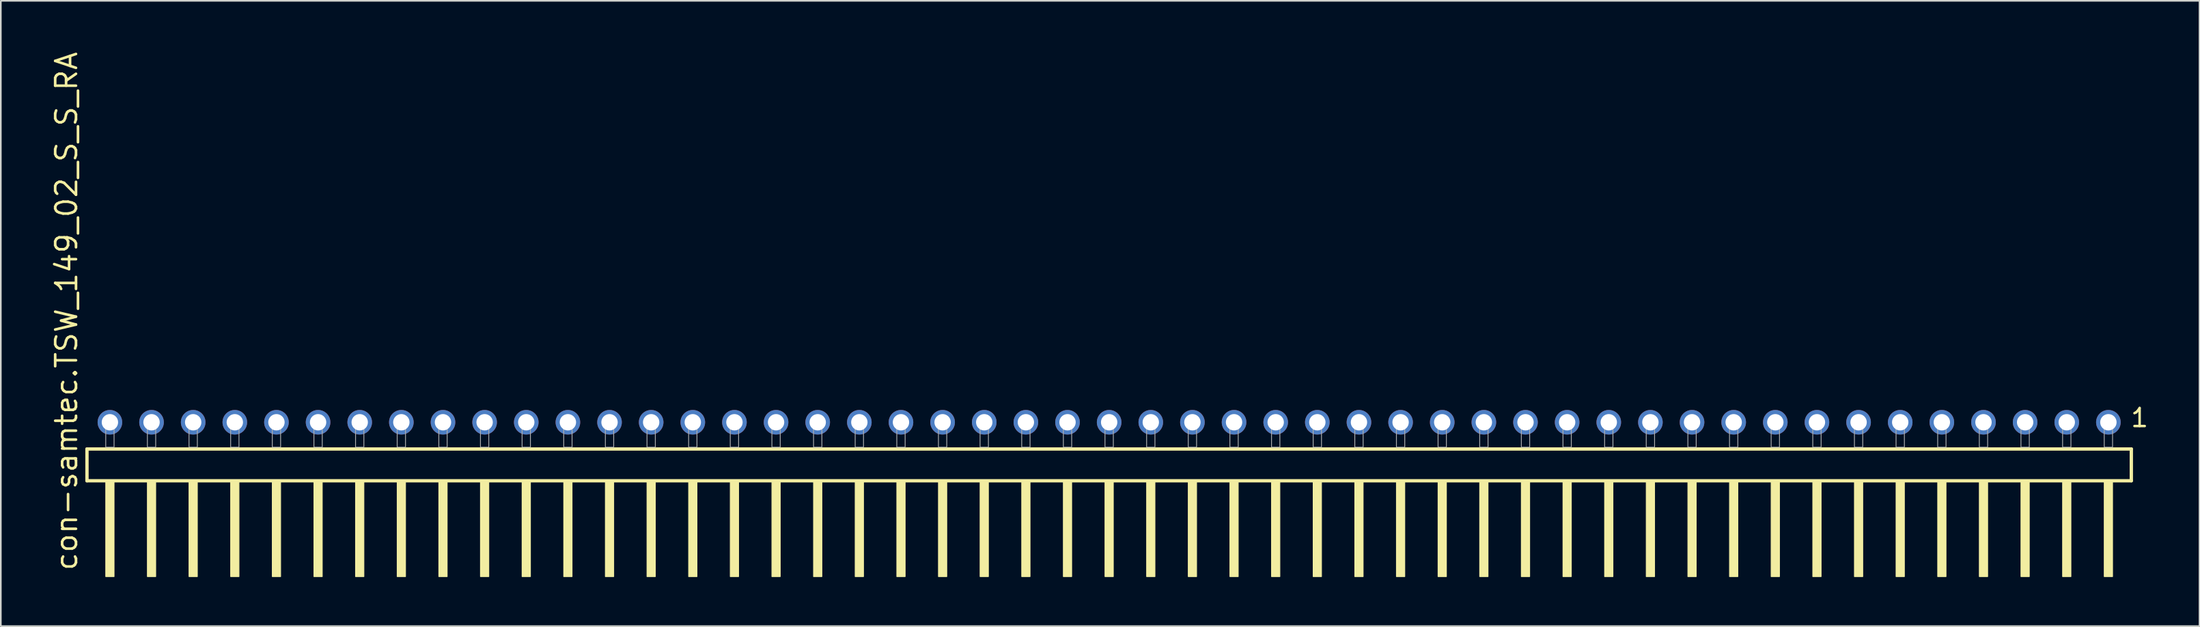
<source format=kicad_pcb>
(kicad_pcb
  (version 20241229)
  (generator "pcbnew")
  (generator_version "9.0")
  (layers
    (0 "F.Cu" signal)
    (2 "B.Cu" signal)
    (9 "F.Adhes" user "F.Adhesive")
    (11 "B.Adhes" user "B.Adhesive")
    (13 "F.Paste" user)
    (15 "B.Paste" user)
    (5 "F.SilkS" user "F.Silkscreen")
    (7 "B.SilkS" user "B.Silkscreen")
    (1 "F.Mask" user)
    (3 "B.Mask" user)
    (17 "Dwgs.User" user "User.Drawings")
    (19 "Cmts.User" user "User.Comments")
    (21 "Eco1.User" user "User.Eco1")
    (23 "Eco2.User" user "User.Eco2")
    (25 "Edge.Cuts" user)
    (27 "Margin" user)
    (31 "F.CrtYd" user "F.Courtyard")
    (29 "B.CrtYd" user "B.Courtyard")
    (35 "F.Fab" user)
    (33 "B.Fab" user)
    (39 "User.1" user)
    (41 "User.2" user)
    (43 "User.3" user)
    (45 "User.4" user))
  (footprint "con-samtec.TSW_149_02_S_S_RA"
    (layer "F.Cu")
    (at 64.615 24.235)
    (property "Reference" "con-samtec.TSW_149_02_S_S_RA" (at -62.865 7.62 90) (layer "F.SilkS") (effects (font (size 1.27 1.27) (thickness 0.16)) (justify left bottom)))
    (attr through_hole)
    (fp_line (start -62.359 0.106) (end -62.359 2.046) (stroke (width 0.203) (type default)) (layer "F.SilkS"))
    (fp_line (start -62.359 2.046) (end 62.359 2.046) (stroke (width 0.203) (type default)) (layer "F.SilkS"))
    (fp_line (start 62.359 0.106) (end -62.359 0.106) (stroke (width 0.203) (type default)) (layer "F.SilkS"))
    (fp_line (start 62.359 2.046) (end 62.359 0.106) (stroke (width 0.203) (type default)) (layer "F.SilkS"))
    (fp_rect (start -61.214 7.89) (end -60.706 2.04) (stroke (width 0.05) (type default)) (fill yes) (layer "F.SilkS"))
    (fp_rect (start -58.674 7.89) (end -58.166 2.04) (stroke (width 0.05) (type default)) (fill yes) (layer "F.SilkS"))
    (fp_rect (start -56.134 7.89) (end -55.626 2.04) (stroke (width 0.05) (type default)) (fill yes) (layer "F.SilkS"))
    (fp_rect (start -53.594 7.89) (end -53.086 2.04) (stroke (width 0.05) (type default)) (fill yes) (layer "F.SilkS"))
    (fp_rect (start -51.054 7.89) (end -50.546 2.04) (stroke (width 0.05) (type default)) (fill yes) (layer "F.SilkS"))
    (fp_rect (start -48.514 7.89) (end -48.006 2.04) (stroke (width 0.05) (type default)) (fill yes) (layer "F.SilkS"))
    (fp_rect (start -45.974 7.89) (end -45.466 2.04) (stroke (width 0.05) (type default)) (fill yes) (layer "F.SilkS"))
    (fp_rect (start -43.434 7.89) (end -42.926 2.04) (stroke (width 0.05) (type default)) (fill yes) (layer "F.SilkS"))
    (fp_rect (start -40.894 7.89) (end -40.386 2.04) (stroke (width 0.05) (type default)) (fill yes) (layer "F.SilkS"))
    (fp_rect (start -38.354 7.89) (end -37.846 2.04) (stroke (width 0.05) (type default)) (fill yes) (layer "F.SilkS"))
    (fp_rect (start -35.814 7.89) (end -35.306 2.04) (stroke (width 0.05) (type default)) (fill yes) (layer "F.SilkS"))
    (fp_rect (start -33.274 7.89) (end -32.766 2.04) (stroke (width 0.05) (type default)) (fill yes) (layer "F.SilkS"))
    (fp_rect (start -30.734 7.89) (end -30.226 2.04) (stroke (width 0.05) (type default)) (fill yes) (layer "F.SilkS"))
    (fp_rect (start -28.194 7.89) (end -27.686 2.04) (stroke (width 0.05) (type default)) (fill yes) (layer "F.SilkS"))
    (fp_rect (start -25.654 7.89) (end -25.146 2.04) (stroke (width 0.05) (type default)) (fill yes) (layer "F.SilkS"))
    (fp_rect (start -23.114 7.89) (end -22.606 2.04) (stroke (width 0.05) (type default)) (fill yes) (layer "F.SilkS"))
    (fp_rect (start -20.574 7.89) (end -20.066 2.04) (stroke (width 0.05) (type default)) (fill yes) (layer "F.SilkS"))
    (fp_rect (start -18.034 7.89) (end -17.526 2.04) (stroke (width 0.05) (type default)) (fill yes) (layer "F.SilkS"))
    (fp_rect (start -15.494 7.89) (end -14.986 2.04) (stroke (width 0.05) (type default)) (fill yes) (layer "F.SilkS"))
    (fp_rect (start -12.954 7.89) (end -12.446 2.04) (stroke (width 0.05) (type default)) (fill yes) (layer "F.SilkS"))
    (fp_rect (start -10.414 7.89) (end -9.906 2.04) (stroke (width 0.05) (type default)) (fill yes) (layer "F.SilkS"))
    (fp_rect (start -7.874 7.89) (end -7.366 2.04) (stroke (width 0.05) (type default)) (fill yes) (layer "F.SilkS"))
    (fp_rect (start -5.334 7.89) (end -4.826 2.04) (stroke (width 0.05) (type default)) (fill yes) (layer "F.SilkS"))
    (fp_rect (start -2.794 7.89) (end -2.286 2.04) (stroke (width 0.05) (type default)) (fill yes) (layer "F.SilkS"))
    (fp_rect (start -0.254 7.89) (end 0.254 2.04) (stroke (width 0.05) (type default)) (fill yes) (layer "F.SilkS"))
    (fp_rect (start 2.286 7.89) (end 2.794 2.04) (stroke (width 0.05) (type default)) (fill yes) (layer "F.SilkS"))
    (fp_rect (start 4.826 7.89) (end 5.334 2.04) (stroke (width 0.05) (type default)) (fill yes) (layer "F.SilkS"))
    (fp_rect (start 7.366 7.89) (end 7.874 2.04) (stroke (width 0.05) (type default)) (fill yes) (layer "F.SilkS"))
    (fp_rect (start 9.906 7.89) (end 10.414 2.04) (stroke (width 0.05) (type default)) (fill yes) (layer "F.SilkS"))
    (fp_rect (start 12.446 7.89) (end 12.954 2.04) (stroke (width 0.05) (type default)) (fill yes) (layer "F.SilkS"))
    (fp_rect (start 14.986 7.89) (end 15.494 2.04) (stroke (width 0.05) (type default)) (fill yes) (layer "F.SilkS"))
    (fp_rect (start 17.526 7.89) (end 18.034 2.04) (stroke (width 0.05) (type default)) (fill yes) (layer "F.SilkS"))
    (fp_rect (start 20.066 7.89) (end 20.574 2.04) (stroke (width 0.05) (type default)) (fill yes) (layer "F.SilkS"))
    (fp_rect (start 22.606 7.89) (end 23.114 2.04) (stroke (width 0.05) (type default)) (fill yes) (layer "F.SilkS"))
    (fp_rect (start 25.146 7.89) (end 25.654 2.04) (stroke (width 0.05) (type default)) (fill yes) (layer "F.SilkS"))
    (fp_rect (start 27.686 7.89) (end 28.194 2.04) (stroke (width 0.05) (type default)) (fill yes) (layer "F.SilkS"))
    (fp_rect (start 30.226 7.89) (end 30.734 2.04) (stroke (width 0.05) (type default)) (fill yes) (layer "F.SilkS"))
    (fp_rect (start 32.766 7.89) (end 33.274 2.04) (stroke (width 0.05) (type default)) (fill yes) (layer "F.SilkS"))
    (fp_rect (start 35.306 7.89) (end 35.814 2.04) (stroke (width 0.05) (type default)) (fill yes) (layer "F.SilkS"))
    (fp_rect (start 37.846 7.89) (end 38.354 2.04) (stroke (width 0.05) (type default)) (fill yes) (layer "F.SilkS"))
    (fp_rect (start 40.386 7.89) (end 40.894 2.04) (stroke (width 0.05) (type default)) (fill yes) (layer "F.SilkS"))
    (fp_rect (start 42.926 7.89) (end 43.434 2.04) (stroke (width 0.05) (type default)) (fill yes) (layer "F.SilkS"))
    (fp_rect (start 45.466 7.89) (end 45.974 2.04) (stroke (width 0.05) (type default)) (fill yes) (layer "F.SilkS"))
    (fp_rect (start 48.006 7.89) (end 48.514 2.04) (stroke (width 0.05) (type default)) (fill yes) (layer "F.SilkS"))
    (fp_rect (start 50.546 7.89) (end 51.054 2.04) (stroke (width 0.05) (type default)) (fill yes) (layer "F.SilkS"))
    (fp_rect (start 53.086 7.89) (end 53.594 2.04) (stroke (width 0.05) (type default)) (fill yes) (layer "F.SilkS"))
    (fp_rect (start 55.626 7.89) (end 56.134 2.04) (stroke (width 0.05) (type default)) (fill yes) (layer "F.SilkS"))
    (fp_rect (start 58.166 7.89) (end 58.674 2.04) (stroke (width 0.05) (type default)) (fill yes) (layer "F.SilkS"))
    (fp_rect (start 60.706 7.89) (end 61.214 2.04) (stroke (width 0.05) (type default)) (fill yes) (layer "F.SilkS"))
    (fp_rect (start -61.214 0) (end -60.706 -1.778) (stroke (width 0.05) (type default)) (fill no) (layer "F.Fab"))
    (fp_rect (start -58.674 0) (end -58.166 -1.778) (stroke (width 0.05) (type default)) (fill no) (layer "F.Fab"))
    (fp_rect (start -56.134 0) (end -55.626 -1.778) (stroke (width 0.05) (type default)) (fill no) (layer "F.Fab"))
    (fp_rect (start -53.594 0) (end -53.086 -1.778) (stroke (width 0.05) (type default)) (fill no) (layer "F.Fab"))
    (fp_rect (start -51.054 0) (end -50.546 -1.778) (stroke (width 0.05) (type default)) (fill no) (layer "F.Fab"))
    (fp_rect (start -48.514 0) (end -48.006 -1.778) (stroke (width 0.05) (type default)) (fill no) (layer "F.Fab"))
    (fp_rect (start -45.974 0) (end -45.466 -1.778) (stroke (width 0.05) (type default)) (fill no) (layer "F.Fab"))
    (fp_rect (start -43.434 0) (end -42.926 -1.778) (stroke (width 0.05) (type default)) (fill no) (layer "F.Fab"))
    (fp_rect (start -40.894 0) (end -40.386 -1.778) (stroke (width 0.05) (type default)) (fill no) (layer "F.Fab"))
    (fp_rect (start -38.354 0) (end -37.846 -1.778) (stroke (width 0.05) (type default)) (fill no) (layer "F.Fab"))
    (fp_rect (start -35.814 0) (end -35.306 -1.778) (stroke (width 0.05) (type default)) (fill no) (layer "F.Fab"))
    (fp_rect (start -33.274 0) (end -32.766 -1.778) (stroke (width 0.05) (type default)) (fill no) (layer "F.Fab"))
    (fp_rect (start -30.734 0) (end -30.226 -1.778) (stroke (width 0.05) (type default)) (fill no) (layer "F.Fab"))
    (fp_rect (start -28.194 0) (end -27.686 -1.778) (stroke (width 0.05) (type default)) (fill no) (layer "F.Fab"))
    (fp_rect (start -25.654 0) (end -25.146 -1.778) (stroke (width 0.05) (type default)) (fill no) (layer "F.Fab"))
    (fp_rect (start -23.114 0) (end -22.606 -1.778) (stroke (width 0.05) (type default)) (fill no) (layer "F.Fab"))
    (fp_rect (start -20.574 0) (end -20.066 -1.778) (stroke (width 0.05) (type default)) (fill no) (layer "F.Fab"))
    (fp_rect (start -18.034 0) (end -17.526 -1.778) (stroke (width 0.05) (type default)) (fill no) (layer "F.Fab"))
    (fp_rect (start -15.494 0) (end -14.986 -1.778) (stroke (width 0.05) (type default)) (fill no) (layer "F.Fab"))
    (fp_rect (start -12.954 0) (end -12.446 -1.778) (stroke (width 0.05) (type default)) (fill no) (layer "F.Fab"))
    (fp_rect (start -10.414 0) (end -9.906 -1.778) (stroke (width 0.05) (type default)) (fill no) (layer "F.Fab"))
    (fp_rect (start -7.874 0) (end -7.366 -1.778) (stroke (width 0.05) (type default)) (fill no) (layer "F.Fab"))
    (fp_rect (start -5.334 0) (end -4.826 -1.778) (stroke (width 0.05) (type default)) (fill no) (layer "F.Fab"))
    (fp_rect (start -2.794 0) (end -2.286 -1.778) (stroke (width 0.05) (type default)) (fill no) (layer "F.Fab"))
    (fp_rect (start -0.254 0) (end 0.254 -1.778) (stroke (width 0.05) (type default)) (fill no) (layer "F.Fab"))
    (fp_rect (start 2.286 0) (end 2.794 -1.778) (stroke (width 0.05) (type default)) (fill no) (layer "F.Fab"))
    (fp_rect (start 4.826 0) (end 5.334 -1.778) (stroke (width 0.05) (type default)) (fill no) (layer "F.Fab"))
    (fp_rect (start 7.366 0) (end 7.874 -1.778) (stroke (width 0.05) (type default)) (fill no) (layer "F.Fab"))
    (fp_rect (start 9.906 0) (end 10.414 -1.778) (stroke (width 0.05) (type default)) (fill no) (layer "F.Fab"))
    (fp_rect (start 12.446 0) (end 12.954 -1.778) (stroke (width 0.05) (type default)) (fill no) (layer "F.Fab"))
    (fp_rect (start 14.986 0) (end 15.494 -1.778) (stroke (width 0.05) (type default)) (fill no) (layer "F.Fab"))
    (fp_rect (start 17.526 0) (end 18.034 -1.778) (stroke (width 0.05) (type default)) (fill no) (layer "F.Fab"))
    (fp_rect (start 20.066 0) (end 20.574 -1.778) (stroke (width 0.05) (type default)) (fill no) (layer "F.Fab"))
    (fp_rect (start 22.606 0) (end 23.114 -1.778) (stroke (width 0.05) (type default)) (fill no) (layer "F.Fab"))
    (fp_rect (start 25.146 0) (end 25.654 -1.778) (stroke (width 0.05) (type default)) (fill no) (layer "F.Fab"))
    (fp_rect (start 27.686 0) (end 28.194 -1.778) (stroke (width 0.05) (type default)) (fill no) (layer "F.Fab"))
    (fp_rect (start 30.226 0) (end 30.734 -1.778) (stroke (width 0.05) (type default)) (fill no) (layer "F.Fab"))
    (fp_rect (start 32.766 0) (end 33.274 -1.778) (stroke (width 0.05) (type default)) (fill no) (layer "F.Fab"))
    (fp_rect (start 35.306 0) (end 35.814 -1.778) (stroke (width 0.05) (type default)) (fill no) (layer "F.Fab"))
    (fp_rect (start 37.846 0) (end 38.354 -1.778) (stroke (width 0.05) (type default)) (fill no) (layer "F.Fab"))
    (fp_rect (start 40.386 0) (end 40.894 -1.778) (stroke (width 0.05) (type default)) (fill no) (layer "F.Fab"))
    (fp_rect (start 42.926 0) (end 43.434 -1.778) (stroke (width 0.05) (type default)) (fill no) (layer "F.Fab"))
    (fp_rect (start 45.466 0) (end 45.974 -1.778) (stroke (width 0.05) (type default)) (fill no) (layer "F.Fab"))
    (fp_rect (start 48.006 0) (end 48.514 -1.778) (stroke (width 0.05) (type default)) (fill no) (layer "F.Fab"))
    (fp_rect (start 50.546 0) (end 51.054 -1.778) (stroke (width 0.05) (type default)) (fill no) (layer "F.Fab"))
    (fp_rect (start 53.086 0) (end 53.594 -1.778) (stroke (width 0.05) (type default)) (fill no) (layer "F.Fab"))
    (fp_rect (start 55.626 0) (end 56.134 -1.778) (stroke (width 0.05) (type default)) (fill no) (layer "F.Fab"))
    (fp_rect (start 58.166 0) (end 58.674 -1.778) (stroke (width 0.05) (type default)) (fill no) (layer "F.Fab"))
    (fp_rect (start 60.706 0) (end 61.214 -1.778) (stroke (width 0.05) (type default)) (fill no) (layer "F.Fab"))
    (fp_text user "1" (at 62.242 -1.152 0) (layer "F.SilkS") (effects (font (size 1.1 1.1) (thickness 0.15)) (justify left bottom)))
    (pad "1" thru_hole circle (at 60.96 -1.524 180) (size 1.5 1.5) (drill 1) (layers "*.Cu" "*.Mask"))
    (pad "2" thru_hole circle (at 58.42 -1.524 180) (size 1.5 1.5) (drill 1) (layers "*.Cu" "*.Mask"))
    (pad "3" thru_hole circle (at 55.88 -1.524 180) (size 1.5 1.5) (drill 1) (layers "*.Cu" "*.Mask"))
    (pad "4" thru_hole circle (at 53.34 -1.524 180) (size 1.5 1.5) (drill 1) (layers "*.Cu" "*.Mask"))
    (pad "5" thru_hole circle (at 50.8 -1.524 180) (size 1.5 1.5) (drill 1) (layers "*.Cu" "*.Mask"))
    (pad "6" thru_hole circle (at 48.26 -1.524 180) (size 1.5 1.5) (drill 1) (layers "*.Cu" "*.Mask"))
    (pad "7" thru_hole circle (at 45.72 -1.524 180) (size 1.5 1.5) (drill 1) (layers "*.Cu" "*.Mask"))
    (pad "8" thru_hole circle (at 43.18 -1.524 180) (size 1.5 1.5) (drill 1) (layers "*.Cu" "*.Mask"))
    (pad "9" thru_hole circle (at 40.64 -1.524 180) (size 1.5 1.5) (drill 1) (layers "*.Cu" "*.Mask"))
    (pad "10" thru_hole circle (at 38.1 -1.524 180) (size 1.5 1.5) (drill 1) (layers "*.Cu" "*.Mask"))
    (pad "11" thru_hole circle (at 35.56 -1.524 180) (size 1.5 1.5) (drill 1) (layers "*.Cu" "*.Mask"))
    (pad "12" thru_hole circle (at 33.02 -1.524 180) (size 1.5 1.5) (drill 1) (layers "*.Cu" "*.Mask"))
    (pad "13" thru_hole circle (at 30.48 -1.524 180) (size 1.5 1.5) (drill 1) (layers "*.Cu" "*.Mask"))
    (pad "14" thru_hole circle (at 27.94 -1.524 180) (size 1.5 1.5) (drill 1) (layers "*.Cu" "*.Mask"))
    (pad "15" thru_hole circle (at 25.4 -1.524 180) (size 1.5 1.5) (drill 1) (layers "*.Cu" "*.Mask"))
    (pad "16" thru_hole circle (at 22.86 -1.524 180) (size 1.5 1.5) (drill 1) (layers "*.Cu" "*.Mask"))
    (pad "17" thru_hole circle (at 20.32 -1.524 180) (size 1.5 1.5) (drill 1) (layers "*.Cu" "*.Mask"))
    (pad "18" thru_hole circle (at 17.78 -1.524 180) (size 1.5 1.5) (drill 1) (layers "*.Cu" "*.Mask"))
    (pad "19" thru_hole circle (at 15.24 -1.524 180) (size 1.5 1.5) (drill 1) (layers "*.Cu" "*.Mask"))
    (pad "20" thru_hole circle (at 12.7 -1.524 180) (size 1.5 1.5) (drill 1) (layers "*.Cu" "*.Mask"))
    (pad "21" thru_hole circle (at 10.16 -1.524 180) (size 1.5 1.5) (drill 1) (layers "*.Cu" "*.Mask"))
    (pad "22" thru_hole circle (at 7.62 -1.524 180) (size 1.5 1.5) (drill 1) (layers "*.Cu" "*.Mask"))
    (pad "23" thru_hole circle (at 5.08 -1.524 180) (size 1.5 1.5) (drill 1) (layers "*.Cu" "*.Mask"))
    (pad "24" thru_hole circle (at 2.54 -1.524 180) (size 1.5 1.5) (drill 1) (layers "*.Cu" "*.Mask"))
    (pad "25" thru_hole circle (at 0 -1.524 180) (size 1.5 1.5) (drill 1) (layers "*.Cu" "*.Mask"))
    (pad "26" thru_hole circle (at -2.54 -1.524 180) (size 1.5 1.5) (drill 1) (layers "*.Cu" "*.Mask"))
    (pad "27" thru_hole circle (at -5.08 -1.524 180) (size 1.5 1.5) (drill 1) (layers "*.Cu" "*.Mask"))
    (pad "28" thru_hole circle (at -7.62 -1.524 180) (size 1.5 1.5) (drill 1) (layers "*.Cu" "*.Mask"))
    (pad "29" thru_hole circle (at -10.16 -1.524 180) (size 1.5 1.5) (drill 1) (layers "*.Cu" "*.Mask"))
    (pad "30" thru_hole circle (at -12.7 -1.524 180) (size 1.5 1.5) (drill 1) (layers "*.Cu" "*.Mask"))
    (pad "31" thru_hole circle (at -15.24 -1.524 180) (size 1.5 1.5) (drill 1) (layers "*.Cu" "*.Mask"))
    (pad "32" thru_hole circle (at -17.78 -1.524 180) (size 1.5 1.5) (drill 1) (layers "*.Cu" "*.Mask"))
    (pad "33" thru_hole circle (at -20.32 -1.524 180) (size 1.5 1.5) (drill 1) (layers "*.Cu" "*.Mask"))
    (pad "34" thru_hole circle (at -22.86 -1.524 180) (size 1.5 1.5) (drill 1) (layers "*.Cu" "*.Mask"))
    (pad "35" thru_hole circle (at -25.4 -1.524 180) (size 1.5 1.5) (drill 1) (layers "*.Cu" "*.Mask"))
    (pad "36" thru_hole circle (at -27.94 -1.524 180) (size 1.5 1.5) (drill 1) (layers "*.Cu" "*.Mask"))
    (pad "37" thru_hole circle (at -30.48 -1.524 180) (size 1.5 1.5) (drill 1) (layers "*.Cu" "*.Mask"))
    (pad "38" thru_hole circle (at -33.02 -1.524 180) (size 1.5 1.5) (drill 1) (layers "*.Cu" "*.Mask"))
    (pad "39" thru_hole circle (at -35.56 -1.524 180) (size 1.5 1.5) (drill 1) (layers "*.Cu" "*.Mask"))
    (pad "40" thru_hole circle (at -38.1 -1.524 180) (size 1.5 1.5) (drill 1) (layers "*.Cu" "*.Mask"))
    (pad "41" thru_hole circle (at -40.64 -1.524 180) (size 1.5 1.5) (drill 1) (layers "*.Cu" "*.Mask"))
    (pad "42" thru_hole circle (at -43.18 -1.524 180) (size 1.5 1.5) (drill 1) (layers "*.Cu" "*.Mask"))
    (pad "43" thru_hole circle (at -45.72 -1.524 180) (size 1.5 1.5) (drill 1) (layers "*.Cu" "*.Mask"))
    (pad "44" thru_hole circle (at -48.26 -1.524 180) (size 1.5 1.5) (drill 1) (layers "*.Cu" "*.Mask"))
    (pad "45" thru_hole circle (at -50.8 -1.524 180) (size 1.5 1.5) (drill 1) (layers "*.Cu" "*.Mask"))
    (pad "46" thru_hole circle (at -53.34 -1.524 180) (size 1.5 1.5) (drill 1) (layers "*.Cu" "*.Mask"))
    (pad "47" thru_hole circle (at -55.88 -1.524 180) (size 1.5 1.5) (drill 1) (layers "*.Cu" "*.Mask"))
    (pad "48" thru_hole circle (at -58.42 -1.524 180) (size 1.5 1.5) (drill 1) (layers "*.Cu" "*.Mask"))
    (pad "49" thru_hole circle (at -60.96 -1.524 180) (size 1.5 1.5) (drill 1) (layers "*.Cu" "*.Mask")))
  (gr_rect
    (start -3 -3)
    (end 131.135 35.15)
    (stroke (width 0.1) (type default))
    (fill no)
    (layer "Edge.Cuts")))
</source>
